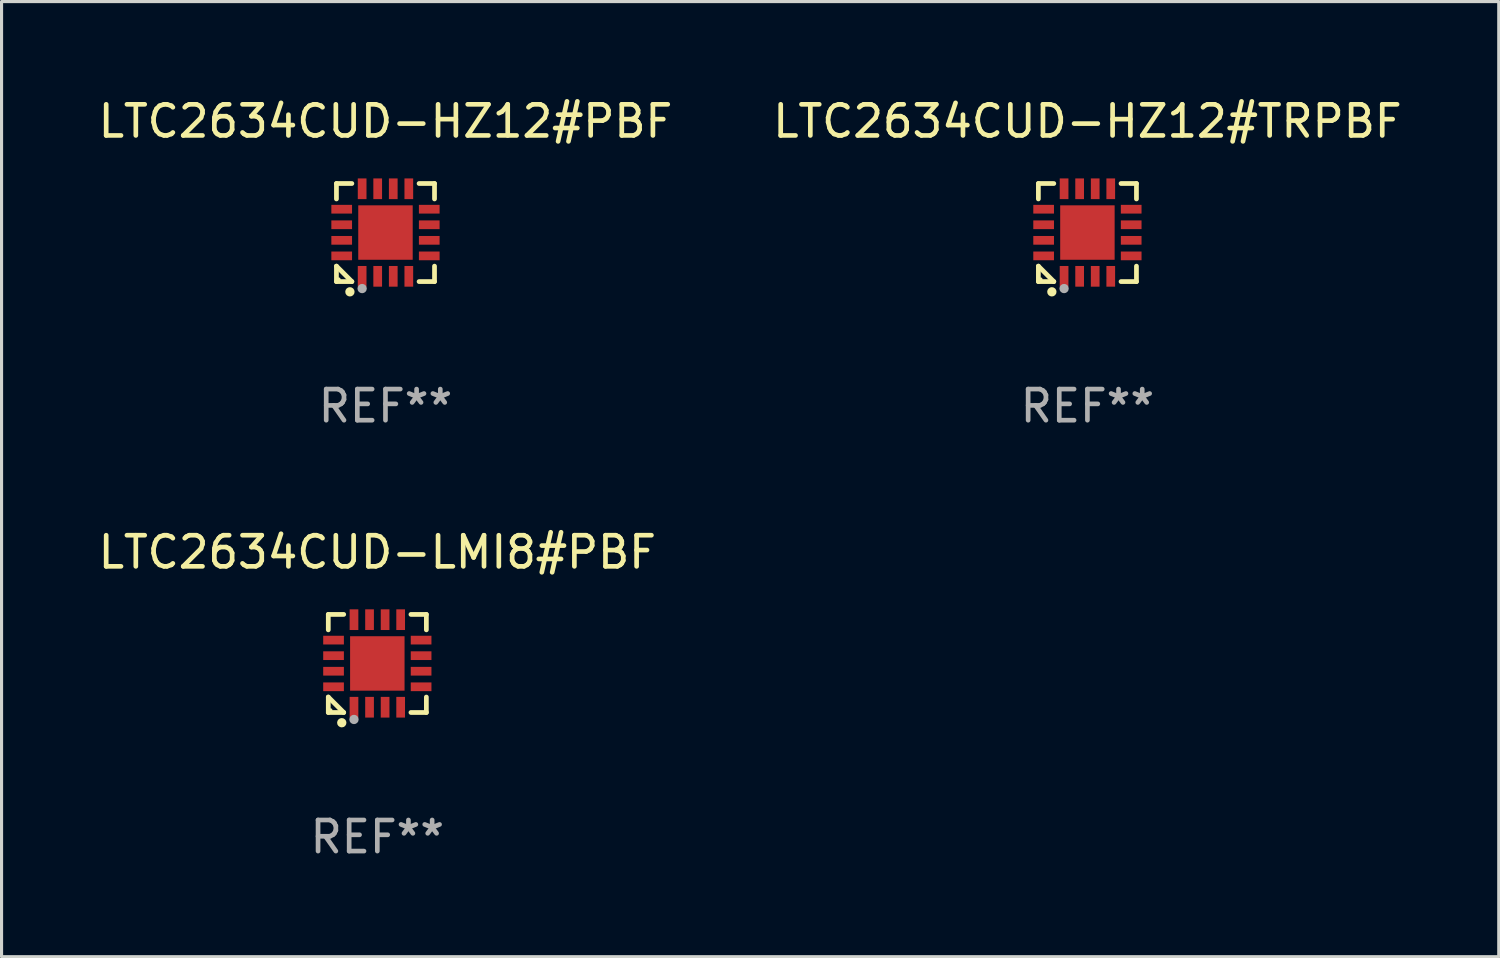
<source format=kicad_pcb>
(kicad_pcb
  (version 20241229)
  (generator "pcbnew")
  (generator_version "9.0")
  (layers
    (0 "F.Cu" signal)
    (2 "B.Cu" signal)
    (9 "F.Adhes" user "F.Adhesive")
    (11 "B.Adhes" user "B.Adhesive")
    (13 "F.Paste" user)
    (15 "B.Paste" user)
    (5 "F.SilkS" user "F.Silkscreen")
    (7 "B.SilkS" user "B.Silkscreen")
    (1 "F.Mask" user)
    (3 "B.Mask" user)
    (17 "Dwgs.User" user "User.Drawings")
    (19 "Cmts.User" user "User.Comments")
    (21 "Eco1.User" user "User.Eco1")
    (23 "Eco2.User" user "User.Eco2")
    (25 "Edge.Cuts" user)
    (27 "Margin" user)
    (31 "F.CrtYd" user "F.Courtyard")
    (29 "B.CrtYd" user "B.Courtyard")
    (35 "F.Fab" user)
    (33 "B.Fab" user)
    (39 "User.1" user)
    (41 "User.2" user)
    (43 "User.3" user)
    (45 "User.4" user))
  (footprint "LTC2634CUD-HZ12#PBF"
    (layer "F.Cu")
    (at 9.339 4.424)
    (property "Reference" "LTC2634CUD-HZ12#PBF" (at 0 -3.576 0) (layer "F.SilkS") (effects (font (size 1 1) (thickness 0.15))))
    (attr through_hole)
    (fp_line (start -1.576 -1.576) (end -1.08 -1.576) (stroke (width 0.152) (type solid)) (layer "F.SilkS"))
    (fp_line (start -1.576 -1.08) (end -1.576 -1.576) (stroke (width 0.152) (type solid)) (layer "F.SilkS"))
    (fp_line (start -1.576 1.08) (end -1.576 1.576) (stroke (width 0.152) (type solid)) (layer "F.SilkS"))
    (fp_line (start -1.576 1.576) (end -1.08 1.576) (stroke (width 0.152) (type solid)) (layer "F.SilkS"))
    (fp_line (start -1.08 1.576) (end -1.576 1.08) (stroke (width 0.152) (type solid)) (layer "F.SilkS"))
    (fp_line (start 1.576 -1.576) (end 1.08 -1.576) (stroke (width 0.152) (type solid)) (layer "F.SilkS"))
    (fp_line (start 1.576 -1.08) (end 1.576 -1.576) (stroke (width 0.152) (type solid)) (layer "F.SilkS"))
    (fp_line (start 1.576 1.08) (end 1.576 1.576) (stroke (width 0.152) (type solid)) (layer "F.SilkS"))
    (fp_line (start 1.576 1.576) (end 1.08 1.576) (stroke (width 0.152) (type solid)) (layer "F.SilkS"))
    (fp_circle (center -1.5 1.5) (end -1.47 1.5) (stroke (width 0.06) (type solid)) (fill no) (layer "F.SilkS"))
    (fp_circle (center -1.143 1.905) (end -1.068 1.905) (stroke (width 0.15) (type solid)) (fill no) (layer "F.SilkS"))
    (fp_circle (center -0.75 1.8) (end -0.675 1.8) (stroke (width 0.15) (type solid)) (fill no) (layer "F.Fab"))
    (fp_text user "REF**" (at 0 5.576 0) (layer "F.Fab") (effects (font (size 1 1) (thickness 0.15))))
    (pad "1" smd rect (at -0.75 1.407) (size 0.28 0.665) (layers "F.Cu" "F.Mask" "F.Paste"))
    (pad "2" smd rect (at -0.25 1.407) (size 0.28 0.665) (layers "F.Cu" "F.Mask" "F.Paste"))
    (pad "3" smd rect (at 0.25 1.407) (size 0.28 0.665) (layers "F.Cu" "F.Mask" "F.Paste"))
    (pad "4" smd rect (at 0.75 1.407) (size 0.28 0.665) (layers "F.Cu" "F.Mask" "F.Paste"))
    (pad "5" smd rect (at 1.407 0.75) (size 0.665 0.28) (layers "F.Cu" "F.Mask" "F.Paste"))
    (pad "6" smd rect (at 1.407 0.25) (size 0.665 0.28) (layers "F.Cu" "F.Mask" "F.Paste"))
    (pad "7" smd rect (at 1.407 -0.25) (size 0.665 0.28) (layers "F.Cu" "F.Mask" "F.Paste"))
    (pad "8" smd rect (at 1.407 -0.75) (size 0.665 0.28) (layers "F.Cu" "F.Mask" "F.Paste"))
    (pad "9" smd rect (at 0.75 -1.407) (size 0.28 0.665) (layers "F.Cu" "F.Mask" "F.Paste"))
    (pad "10" smd rect (at 0.25 -1.407) (size 0.28 0.665) (layers "F.Cu" "F.Mask" "F.Paste"))
    (pad "11" smd rect (at -0.25 -1.407) (size 0.28 0.665) (layers "F.Cu" "F.Mask" "F.Paste"))
    (pad "12" smd rect (at -0.75 -1.407) (size 0.28 0.665) (layers "F.Cu" "F.Mask" "F.Paste"))
    (pad "13" smd rect (at -1.407 -0.75) (size 0.665 0.28) (layers "F.Cu" "F.Mask" "F.Paste"))
    (pad "14" smd rect (at -1.407 -0.25) (size 0.665 0.28) (layers "F.Cu" "F.Mask" "F.Paste"))
    (pad "15" smd rect (at -1.407 0.25) (size 0.665 0.28) (layers "F.Cu" "F.Mask" "F.Paste"))
    (pad "16" smd rect (at -1.407 0.75) (size 0.665 0.28) (layers "F.Cu" "F.Mask" "F.Paste"))
    (pad "17" smd rect (at 0 0) (size 1.75 1.75) (layers "F.Cu" "F.Mask" "F.Paste")))
  (footprint "LTC2634CUD-LMI8#PBF"
    (layer "F.Cu")
    (at 9.077 18.273)
    (property "Reference" "LTC2634CUD-LMI8#PBF" (at 0 -3.576 0) (layer "F.SilkS") (effects (font (size 1 1) (thickness 0.15))))
    (attr through_hole)
    (fp_line (start -1.576 -1.576) (end -1.08 -1.576) (stroke (width 0.152) (type solid)) (layer "F.SilkS"))
    (fp_line (start -1.576 -1.08) (end -1.576 -1.576) (stroke (width 0.152) (type solid)) (layer "F.SilkS"))
    (fp_line (start -1.576 1.08) (end -1.576 1.576) (stroke (width 0.152) (type solid)) (layer "F.SilkS"))
    (fp_line (start -1.576 1.576) (end -1.08 1.576) (stroke (width 0.152) (type solid)) (layer "F.SilkS"))
    (fp_line (start -1.08 1.576) (end -1.576 1.08) (stroke (width 0.152) (type solid)) (layer "F.SilkS"))
    (fp_line (start 1.576 -1.576) (end 1.08 -1.576) (stroke (width 0.152) (type solid)) (layer "F.SilkS"))
    (fp_line (start 1.576 -1.08) (end 1.576 -1.576) (stroke (width 0.152) (type solid)) (layer "F.SilkS"))
    (fp_line (start 1.576 1.08) (end 1.576 1.576) (stroke (width 0.152) (type solid)) (layer "F.SilkS"))
    (fp_line (start 1.576 1.576) (end 1.08 1.576) (stroke (width 0.152) (type solid)) (layer "F.SilkS"))
    (fp_circle (center -1.5 1.5) (end -1.47 1.5) (stroke (width 0.06) (type solid)) (fill no) (layer "F.SilkS"))
    (fp_circle (center -1.143 1.905) (end -1.068 1.905) (stroke (width 0.15) (type solid)) (fill no) (layer "F.SilkS"))
    (fp_circle (center -0.75 1.8) (end -0.675 1.8) (stroke (width 0.15) (type solid)) (fill no) (layer "F.Fab"))
    (fp_text user "REF**" (at 0 5.576 0) (layer "F.Fab") (effects (font (size 1 1) (thickness 0.15))))
    (pad "1" smd rect (at -0.75 1.407) (size 0.28 0.665) (layers "F.Cu" "F.Mask" "F.Paste"))
    (pad "2" smd rect (at -0.25 1.407) (size 0.28 0.665) (layers "F.Cu" "F.Mask" "F.Paste"))
    (pad "3" smd rect (at 0.25 1.407) (size 0.28 0.665) (layers "F.Cu" "F.Mask" "F.Paste"))
    (pad "4" smd rect (at 0.75 1.407) (size 0.28 0.665) (layers "F.Cu" "F.Mask" "F.Paste"))
    (pad "5" smd rect (at 1.407 0.75) (size 0.665 0.28) (layers "F.Cu" "F.Mask" "F.Paste"))
    (pad "6" smd rect (at 1.407 0.25) (size 0.665 0.28) (layers "F.Cu" "F.Mask" "F.Paste"))
    (pad "7" smd rect (at 1.407 -0.25) (size 0.665 0.28) (layers "F.Cu" "F.Mask" "F.Paste"))
    (pad "8" smd rect (at 1.407 -0.75) (size 0.665 0.28) (layers "F.Cu" "F.Mask" "F.Paste"))
    (pad "9" smd rect (at 0.75 -1.407) (size 0.28 0.665) (layers "F.Cu" "F.Mask" "F.Paste"))
    (pad "10" smd rect (at 0.25 -1.407) (size 0.28 0.665) (layers "F.Cu" "F.Mask" "F.Paste"))
    (pad "11" smd rect (at -0.25 -1.407) (size 0.28 0.665) (layers "F.Cu" "F.Mask" "F.Paste"))
    (pad "12" smd rect (at -0.75 -1.407) (size 0.28 0.665) (layers "F.Cu" "F.Mask" "F.Paste"))
    (pad "13" smd rect (at -1.407 -0.75) (size 0.665 0.28) (layers "F.Cu" "F.Mask" "F.Paste"))
    (pad "14" smd rect (at -1.407 -0.25) (size 0.665 0.28) (layers "F.Cu" "F.Mask" "F.Paste"))
    (pad "15" smd rect (at -1.407 0.25) (size 0.665 0.28) (layers "F.Cu" "F.Mask" "F.Paste"))
    (pad "16" smd rect (at -1.407 0.75) (size 0.665 0.28) (layers "F.Cu" "F.Mask" "F.Paste"))
    (pad "17" smd rect (at 0 0) (size 1.75 1.75) (layers "F.Cu" "F.Mask" "F.Paste")))
  (footprint "LTC2634CUD-HZ12#TRPBF"
    (layer "F.Cu")
    (at 31.899 4.424)
    (property "Reference" "LTC2634CUD-HZ12#TRPBF" (at 0 -3.576 0) (layer "F.SilkS") (effects (font (size 1 1) (thickness 0.15))))
    (attr through_hole)
    (fp_line (start -1.576 -1.576) (end -1.08 -1.576) (stroke (width 0.152) (type solid)) (layer "F.SilkS"))
    (fp_line (start -1.576 -1.08) (end -1.576 -1.576) (stroke (width 0.152) (type solid)) (layer "F.SilkS"))
    (fp_line (start -1.576 1.08) (end -1.576 1.576) (stroke (width 0.152) (type solid)) (layer "F.SilkS"))
    (fp_line (start -1.576 1.576) (end -1.08 1.576) (stroke (width 0.152) (type solid)) (layer "F.SilkS"))
    (fp_line (start -1.08 1.576) (end -1.576 1.08) (stroke (width 0.152) (type solid)) (layer "F.SilkS"))
    (fp_line (start 1.576 -1.576) (end 1.08 -1.576) (stroke (width 0.152) (type solid)) (layer "F.SilkS"))
    (fp_line (start 1.576 -1.08) (end 1.576 -1.576) (stroke (width 0.152) (type solid)) (layer "F.SilkS"))
    (fp_line (start 1.576 1.08) (end 1.576 1.576) (stroke (width 0.152) (type solid)) (layer "F.SilkS"))
    (fp_line (start 1.576 1.576) (end 1.08 1.576) (stroke (width 0.152) (type solid)) (layer "F.SilkS"))
    (fp_circle (center -1.5 1.5) (end -1.47 1.5) (stroke (width 0.06) (type solid)) (fill no) (layer "F.SilkS"))
    (fp_circle (center -1.143 1.905) (end -1.068 1.905) (stroke (width 0.15) (type solid)) (fill no) (layer "F.SilkS"))
    (fp_circle (center -0.75 1.8) (end -0.675 1.8) (stroke (width 0.15) (type solid)) (fill no) (layer "F.Fab"))
    (fp_text user "REF**" (at 0 5.576 0) (layer "F.Fab") (effects (font (size 1 1) (thickness 0.15))))
    (pad "1" smd rect (at -0.75 1.407) (size 0.28 0.665) (layers "F.Cu" "F.Mask" "F.Paste"))
    (pad "2" smd rect (at -0.25 1.407) (size 0.28 0.665) (layers "F.Cu" "F.Mask" "F.Paste"))
    (pad "3" smd rect (at 0.25 1.407) (size 0.28 0.665) (layers "F.Cu" "F.Mask" "F.Paste"))
    (pad "4" smd rect (at 0.75 1.407) (size 0.28 0.665) (layers "F.Cu" "F.Mask" "F.Paste"))
    (pad "5" smd rect (at 1.407 0.75) (size 0.665 0.28) (layers "F.Cu" "F.Mask" "F.Paste"))
    (pad "6" smd rect (at 1.407 0.25) (size 0.665 0.28) (layers "F.Cu" "F.Mask" "F.Paste"))
    (pad "7" smd rect (at 1.407 -0.25) (size 0.665 0.28) (layers "F.Cu" "F.Mask" "F.Paste"))
    (pad "8" smd rect (at 1.407 -0.75) (size 0.665 0.28) (layers "F.Cu" "F.Mask" "F.Paste"))
    (pad "9" smd rect (at 0.75 -1.407) (size 0.28 0.665) (layers "F.Cu" "F.Mask" "F.Paste"))
    (pad "10" smd rect (at 0.25 -1.407) (size 0.28 0.665) (layers "F.Cu" "F.Mask" "F.Paste"))
    (pad "11" smd rect (at -0.25 -1.407) (size 0.28 0.665) (layers "F.Cu" "F.Mask" "F.Paste"))
    (pad "12" smd rect (at -0.75 -1.407) (size 0.28 0.665) (layers "F.Cu" "F.Mask" "F.Paste"))
    (pad "13" smd rect (at -1.407 -0.75) (size 0.665 0.28) (layers "F.Cu" "F.Mask" "F.Paste"))
    (pad "14" smd rect (at -1.407 -0.25) (size 0.665 0.28) (layers "F.Cu" "F.Mask" "F.Paste"))
    (pad "15" smd rect (at -1.407 0.25) (size 0.665 0.28) (layers "F.Cu" "F.Mask" "F.Paste"))
    (pad "16" smd rect (at -1.407 0.75) (size 0.665 0.28) (layers "F.Cu" "F.Mask" "F.Paste"))
    (pad "17" smd rect (at 0 0) (size 1.75 1.75) (layers "F.Cu" "F.Mask" "F.Paste")))
  (gr_rect
    (start -3 -3)
    (end 45.119 27.698)
    (stroke (width 0.1) (type default))
    (fill no)
    (layer "Edge.Cuts")))
</source>
